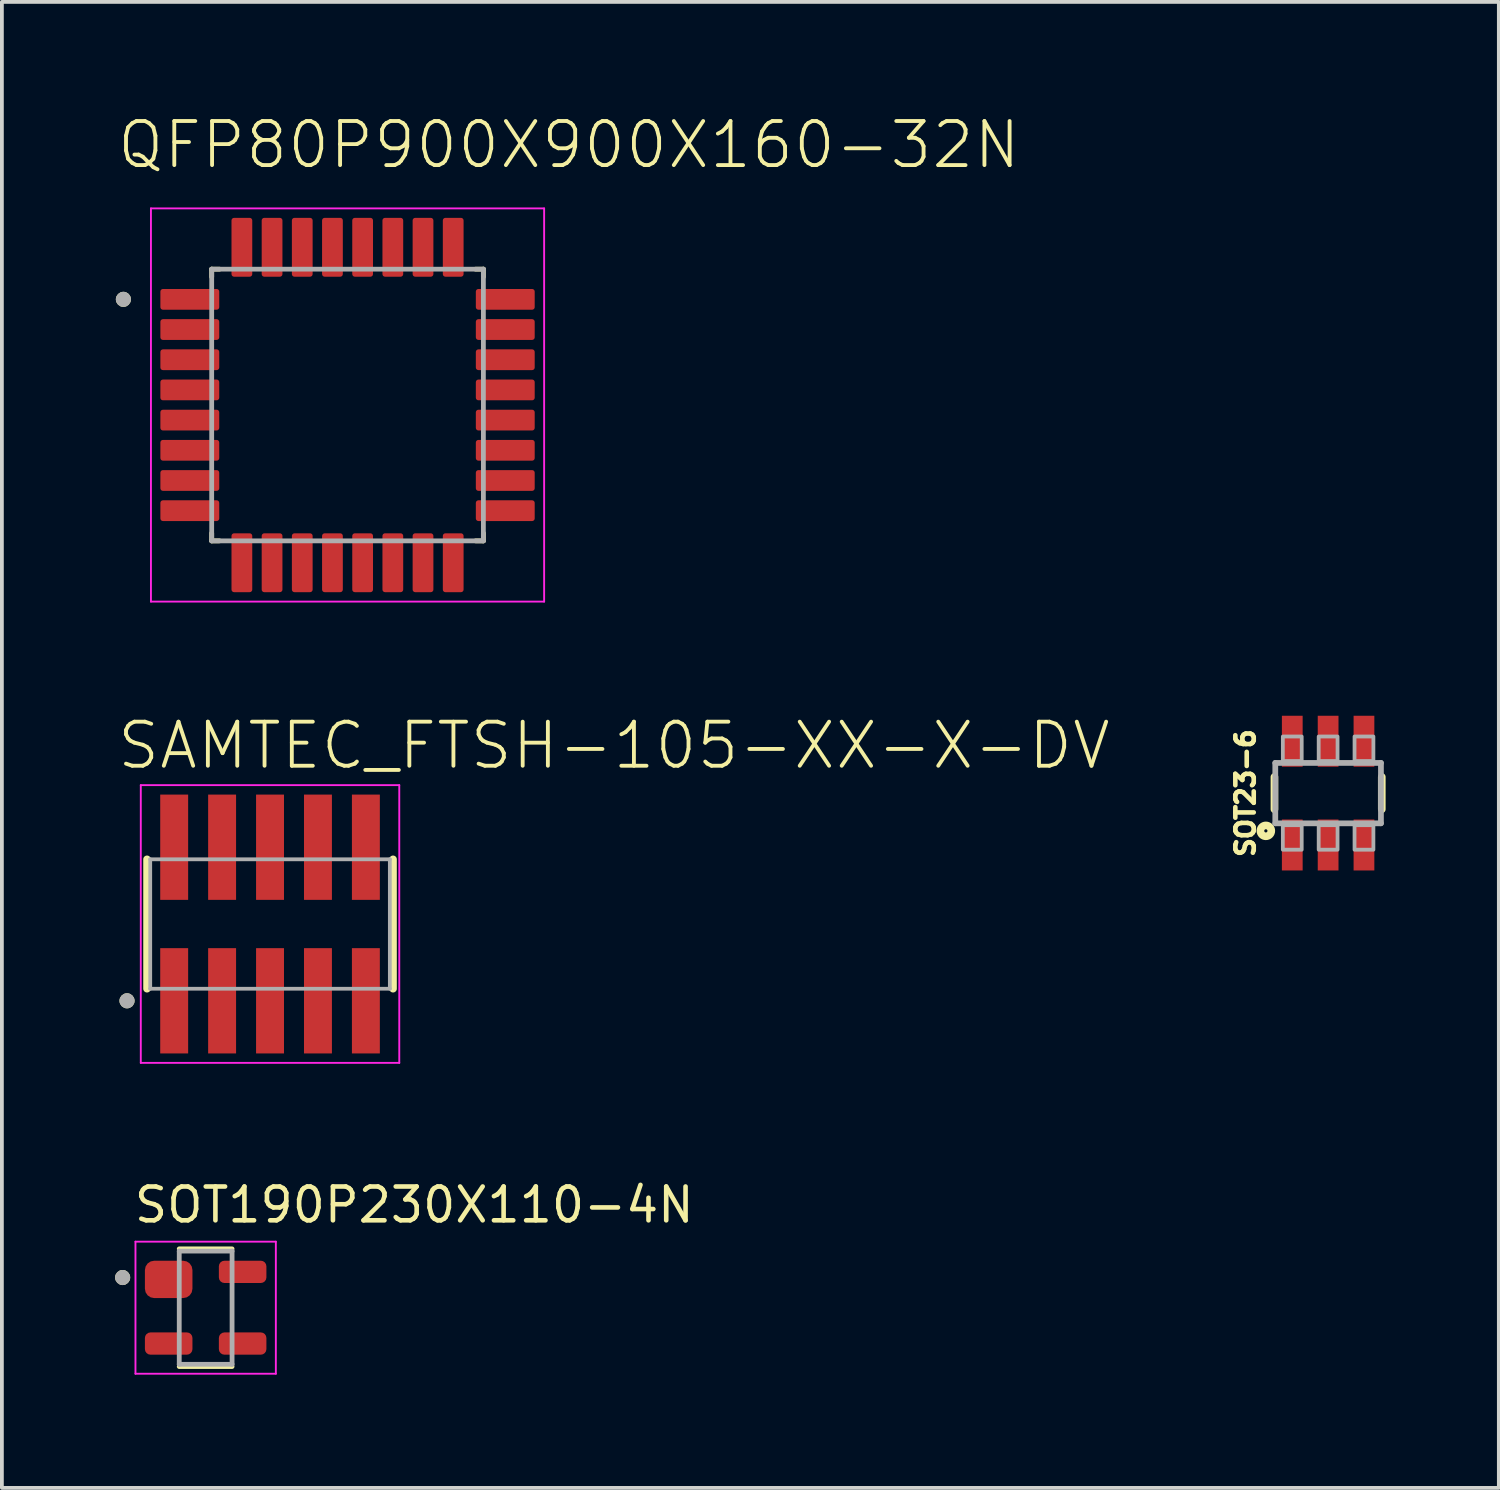
<source format=kicad_pcb>
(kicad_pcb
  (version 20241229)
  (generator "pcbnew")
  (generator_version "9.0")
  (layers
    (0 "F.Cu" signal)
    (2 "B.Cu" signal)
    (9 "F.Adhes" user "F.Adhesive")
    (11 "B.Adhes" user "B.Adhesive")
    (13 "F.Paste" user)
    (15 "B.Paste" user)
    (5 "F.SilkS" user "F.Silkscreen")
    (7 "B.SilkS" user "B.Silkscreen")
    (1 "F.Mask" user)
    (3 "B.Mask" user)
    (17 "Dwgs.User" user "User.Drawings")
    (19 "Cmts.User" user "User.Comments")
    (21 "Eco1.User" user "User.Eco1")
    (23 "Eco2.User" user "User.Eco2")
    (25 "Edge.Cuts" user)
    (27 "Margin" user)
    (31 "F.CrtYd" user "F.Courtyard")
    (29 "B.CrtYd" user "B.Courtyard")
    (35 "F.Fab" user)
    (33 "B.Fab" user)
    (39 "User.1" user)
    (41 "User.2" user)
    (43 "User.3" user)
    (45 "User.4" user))
  (footprint "SOT23-6"
    (layer "F.Cu")
    (at 32.146 17.968)
    (property "Reference" "SOT23-6" (at -1.905 0 90) (unlocked yes) (layer "F.SilkS") (effects (font (size 0.488 0.488) (thickness 0.122)) (justify bottom)))
    (fp_line (start -1.422 0.429) (end -1.422 -0.429) (stroke (width 0.203) (type solid)) (layer "F.SilkS"))
    (fp_line (start 1.422 -0.429) (end 1.422 0.429) (stroke (width 0.203) (type solid)) (layer "F.SilkS"))
    (fp_circle (center -1.65 1) (end -1.506 1) (stroke (width 0.203) (type solid)) (fill no) (layer "F.SilkS"))
    (fp_line (start -1.4 -0.8) (end -1.4 0.8) (stroke (width 0.152) (type solid)) (layer "F.Fab"))
    (fp_line (start -1.4 -0.8) (end 1.4 -0.8) (stroke (width 0.152) (type solid)) (layer "F.Fab"))
    (fp_line (start 1.4 -0.8) (end 1.4 0.8) (stroke (width 0.152) (type solid)) (layer "F.Fab"))
    (fp_line (start 1.4 0.8) (end -1.4 0.8) (stroke (width 0.152) (type solid)) (layer "F.Fab"))
    (fp_poly (pts (xy -1.2 -0.85) (xy -0.7 -0.85) (xy -0.7 -1.5) (xy -1.2 -1.5)) (stroke (width 0.1) (type default)) (fill no) (layer "F.Fab"))
    (fp_poly (pts (xy -1.2 1.5) (xy -0.7 1.5) (xy -0.7 0.85) (xy -1.2 0.85)) (stroke (width 0.1) (type default)) (fill no) (layer "F.Fab"))
    (fp_poly (pts (xy -0.25 -0.85) (xy 0.25 -0.85) (xy 0.25 -1.5) (xy -0.25 -1.5)) (stroke (width 0.1) (type default)) (fill no) (layer "F.Fab"))
    (fp_poly (pts (xy -0.25 1.5) (xy 0.25 1.5) (xy 0.25 0.85) (xy -0.25 0.85)) (stroke (width 0.1) (type default)) (fill no) (layer "F.Fab"))
    (fp_poly (pts (xy 0.7 -0.85) (xy 1.2 -0.85) (xy 1.2 -1.5) (xy 0.7 -1.5)) (stroke (width 0.1) (type default)) (fill no) (layer "F.Fab"))
    (fp_poly (pts (xy 0.7 1.5) (xy 1.2 1.5) (xy 1.2 0.85) (xy 0.7 0.85)) (stroke (width 0.1) (type default)) (fill no) (layer "F.Fab"))
    (pad "1" smd rect (at -0.95 1.375) (size 0.55 1.35) (layers "F.Cu" "F.Mask" "F.Paste"))
    (pad "2" smd rect (at 0 1.375) (size 0.55 1.35) (layers "F.Cu" "F.Mask" "F.Paste"))
    (pad "3" smd rect (at 0.95 1.375) (size 0.55 1.35) (layers "F.Cu" "F.Mask" "F.Paste"))
    (pad "4" smd rect (at 0.95 -1.375) (size 0.55 1.35) (layers "F.Cu" "F.Mask" "F.Paste"))
    (pad "5" smd rect (at 0 -1.375) (size 0.55 1.35) (layers "F.Cu" "F.Mask" "F.Paste"))
    (pad "6" smd rect (at -0.95 -1.375) (size 0.55 1.35) (layers "F.Cu" "F.Mask" "F.Paste")))
  (footprint "SAMTEC_FTSH-105-XX-X-DV"
    (layer "F.Cu")
    (at 4.106 21.437)
    (property "Reference" "SAMTEC_FTSH-105-XX-X-DV" (at -4.106 -4.046 0) (unlocked yes) (layer "F.SilkS") (effects (font (size 1.168 1.168) (thickness 0.102)) (justify left bottom)))
    (fp_line (start -3.26 -1.715) (end -3.26 1.715) (stroke (width 0.2) (type solid)) (layer "F.SilkS"))
    (fp_line (start 3.26 1.715) (end 3.26 -1.715) (stroke (width 0.2) (type solid)) (layer "F.SilkS"))
    (fp_circle (center -3.79 2.035) (end -3.69 2.035) (stroke (width 0.2) (type solid)) (fill no) (layer "F.SilkS"))
    (fp_line (start -3.425 -3.68) (end 3.425 -3.68) (stroke (width 0.05) (type solid)) (layer "F.CrtYd"))
    (fp_line (start -3.425 3.68) (end -3.425 -3.68) (stroke (width 0.05) (type solid)) (layer "F.CrtYd"))
    (fp_line (start 3.425 -3.68) (end 3.425 3.68) (stroke (width 0.05) (type solid)) (layer "F.CrtYd"))
    (fp_line (start 3.425 3.68) (end -3.425 3.68) (stroke (width 0.05) (type solid)) (layer "F.CrtYd"))
    (fp_line (start -3.175 1.715) (end -3.175 -1.715) (stroke (width 0.1) (type solid)) (layer "F.Fab"))
    (fp_line (start -3.175 1.715) (end 3.175 1.715) (stroke (width 0.1) (type solid)) (layer "F.Fab"))
    (fp_line (start 3.175 -1.715) (end -3.175 -1.715) (stroke (width 0.1) (type solid)) (layer "F.Fab"))
    (fp_line (start 3.175 1.715) (end 3.175 -1.715) (stroke (width 0.1) (type solid)) (layer "F.Fab"))
    (fp_circle (center -3.79 2.035) (end -3.69 2.035) (stroke (width 0.2) (type solid)) (fill no) (layer "F.Fab"))
    (pad "01" smd rect (at -2.54 2.035) (size 0.74 2.79) (layers "F.Cu" "F.Mask" "F.Paste"))
    (pad "02" smd rect (at -2.54 -2.035) (size 0.74 2.79) (layers "F.Cu" "F.Mask" "F.Paste"))
    (pad "03" smd rect (at -1.27 2.035) (size 0.74 2.79) (layers "F.Cu" "F.Mask" "F.Paste"))
    (pad "04" smd rect (at -1.27 -2.035) (size 0.74 2.79) (layers "F.Cu" "F.Mask" "F.Paste"))
    (pad "05" smd rect (at 0 2.035) (size 0.74 2.79) (layers "F.Cu" "F.Mask" "F.Paste"))
    (pad "06" smd rect (at 0 -2.035) (size 0.74 2.79) (layers "F.Cu" "F.Mask" "F.Paste"))
    (pad "07" smd rect (at 1.27 2.035) (size 0.74 2.79) (layers "F.Cu" "F.Mask" "F.Paste"))
    (pad "08" smd rect (at 1.27 -2.035) (size 0.74 2.79) (layers "F.Cu" "F.Mask" "F.Paste"))
    (pad "09" smd rect (at 2.54 2.035) (size 0.74 2.79) (layers "F.Cu" "F.Mask" "F.Paste"))
    (pad "10" smd rect (at 2.54 -2.035) (size 0.74 2.79) (layers "F.Cu" "F.Mask" "F.Paste")))
  (footprint "QFP80P900X900X160-32N"
    (layer "F.Cu")
    (at 6.16 7.683)
    (property "Reference" "QFP80P900X900X160-32N" (at -6.16 -6.21 0) (unlocked yes) (layer "F.SilkS") (effects (font (size 1.168 1.168) (thickness 0.102)) (justify left bottom)))
    (fp_line (start -3.6 -3.6) (end -3.6 -3.395) (stroke (width 0.127) (type solid)) (layer "F.SilkS"))
    (fp_line (start -3.6 -3.6) (end -3.395 -3.6) (stroke (width 0.127) (type solid)) (layer "F.SilkS"))
    (fp_line (start -3.6 3.6) (end -3.6 3.395) (stroke (width 0.127) (type solid)) (layer "F.SilkS"))
    (fp_line (start -3.6 3.6) (end -3.395 3.6) (stroke (width 0.127) (type solid)) (layer "F.SilkS"))
    (fp_line (start 3.6 -3.6) (end 3.395 -3.6) (stroke (width 0.127) (type solid)) (layer "F.SilkS"))
    (fp_line (start 3.6 -3.6) (end 3.6 -3.395) (stroke (width 0.127) (type solid)) (layer "F.SilkS"))
    (fp_line (start 3.6 3.6) (end 3.395 3.6) (stroke (width 0.127) (type solid)) (layer "F.SilkS"))
    (fp_line (start 3.6 3.6) (end 3.6 3.395) (stroke (width 0.127) (type solid)) (layer "F.SilkS"))
    (fp_circle (center -5.94 -2.8) (end -5.84 -2.8) (stroke (width 0.2) (type solid)) (fill no) (layer "F.SilkS"))
    (fp_line (start -5.21 -5.21) (end 5.21 -5.21) (stroke (width 0.05) (type solid)) (layer "F.CrtYd"))
    (fp_line (start -5.21 5.21) (end -5.21 -5.21) (stroke (width 0.05) (type solid)) (layer "F.CrtYd"))
    (fp_line (start -5.21 5.21) (end 5.21 5.21) (stroke (width 0.05) (type solid)) (layer "F.CrtYd"))
    (fp_line (start 5.21 5.21) (end 5.21 -5.21) (stroke (width 0.05) (type solid)) (layer "F.CrtYd"))
    (fp_line (start -3.6 3.6) (end -3.6 -3.6) (stroke (width 0.127) (type solid)) (layer "F.Fab"))
    (fp_line (start 3.6 -3.6) (end -3.6 -3.6) (stroke (width 0.127) (type solid)) (layer "F.Fab"))
    (fp_line (start 3.6 3.6) (end -3.6 3.6) (stroke (width 0.127) (type solid)) (layer "F.Fab"))
    (fp_line (start 3.6 3.6) (end 3.6 -3.6) (stroke (width 0.127) (type solid)) (layer "F.Fab"))
    (fp_circle (center -5.94 -2.8) (end -5.84 -2.8) (stroke (width 0.2) (type solid)) (fill no) (layer "F.Fab"))
    (pad "1" smd roundrect (at -4.18 -2.8) (size 1.56 0.55) (layers "F.Cu" "F.Mask" "F.Paste") (roundrect_rratio 0.125))
    (pad "2" smd roundrect (at -4.18 -2) (size 1.56 0.55) (layers "F.Cu" "F.Mask" "F.Paste") (roundrect_rratio 0.125))
    (pad "3" smd roundrect (at -4.18 -1.2) (size 1.56 0.55) (layers "F.Cu" "F.Mask" "F.Paste") (roundrect_rratio 0.125))
    (pad "4" smd roundrect (at -4.18 -0.4) (size 1.56 0.55) (layers "F.Cu" "F.Mask" "F.Paste") (roundrect_rratio 0.125))
    (pad "5" smd roundrect (at -4.18 0.4) (size 1.56 0.55) (layers "F.Cu" "F.Mask" "F.Paste") (roundrect_rratio 0.125))
    (pad "6" smd roundrect (at -4.18 1.2) (size 1.56 0.55) (layers "F.Cu" "F.Mask" "F.Paste") (roundrect_rratio 0.125))
    (pad "7" smd roundrect (at -4.18 2) (size 1.56 0.55) (layers "F.Cu" "F.Mask" "F.Paste") (roundrect_rratio 0.125))
    (pad "8" smd roundrect (at -4.18 2.8) (size 1.56 0.55) (layers "F.Cu" "F.Mask" "F.Paste") (roundrect_rratio 0.125))
    (pad "9" smd roundrect (at -2.8 4.18 90) (size 1.56 0.55) (layers "F.Cu" "F.Mask" "F.Paste") (roundrect_rratio 0.125))
    (pad "10" smd roundrect (at -2 4.18 90) (size 1.56 0.55) (layers "F.Cu" "F.Mask" "F.Paste") (roundrect_rratio 0.125))
    (pad "11" smd roundrect (at -1.2 4.18 90) (size 1.56 0.55) (layers "F.Cu" "F.Mask" "F.Paste") (roundrect_rratio 0.125))
    (pad "12" smd roundrect (at -0.4 4.18 90) (size 1.56 0.55) (layers "F.Cu" "F.Mask" "F.Paste") (roundrect_rratio 0.125))
    (pad "13" smd roundrect (at 0.4 4.18 90) (size 1.56 0.55) (layers "F.Cu" "F.Mask" "F.Paste") (roundrect_rratio 0.125))
    (pad "14" smd roundrect (at 1.2 4.18 90) (size 1.56 0.55) (layers "F.Cu" "F.Mask" "F.Paste") (roundrect_rratio 0.125))
    (pad "15" smd roundrect (at 2 4.18 90) (size 1.56 0.55) (layers "F.Cu" "F.Mask" "F.Paste") (roundrect_rratio 0.125))
    (pad "16" smd roundrect (at 2.8 4.18 90) (size 1.56 0.55) (layers "F.Cu" "F.Mask" "F.Paste") (roundrect_rratio 0.125))
    (pad "17" smd roundrect (at 4.18 2.8) (size 1.56 0.55) (layers "F.Cu" "F.Mask" "F.Paste") (roundrect_rratio 0.125))
    (pad "18" smd roundrect (at 4.18 2) (size 1.56 0.55) (layers "F.Cu" "F.Mask" "F.Paste") (roundrect_rratio 0.125))
    (pad "19" smd roundrect (at 4.18 1.2) (size 1.56 0.55) (layers "F.Cu" "F.Mask" "F.Paste") (roundrect_rratio 0.125))
    (pad "20" smd roundrect (at 4.18 0.4) (size 1.56 0.55) (layers "F.Cu" "F.Mask" "F.Paste") (roundrect_rratio 0.125))
    (pad "21" smd roundrect (at 4.18 -0.4) (size 1.56 0.55) (layers "F.Cu" "F.Mask" "F.Paste") (roundrect_rratio 0.125))
    (pad "22" smd roundrect (at 4.18 -1.2) (size 1.56 0.55) (layers "F.Cu" "F.Mask" "F.Paste") (roundrect_rratio 0.125))
    (pad "23" smd roundrect (at 4.18 -2) (size 1.56 0.55) (layers "F.Cu" "F.Mask" "F.Paste") (roundrect_rratio 0.125))
    (pad "24" smd roundrect (at 4.18 -2.8) (size 1.56 0.55) (layers "F.Cu" "F.Mask" "F.Paste") (roundrect_rratio 0.125))
    (pad "25" smd roundrect (at 2.8 -4.18 90) (size 1.56 0.55) (layers "F.Cu" "F.Mask" "F.Paste") (roundrect_rratio 0.125))
    (pad "26" smd roundrect (at 2 -4.18 90) (size 1.56 0.55) (layers "F.Cu" "F.Mask" "F.Paste") (roundrect_rratio 0.125))
    (pad "27" smd roundrect (at 1.2 -4.18 90) (size 1.56 0.55) (layers "F.Cu" "F.Mask" "F.Paste") (roundrect_rratio 0.125))
    (pad "28" smd roundrect (at 0.4 -4.18 90) (size 1.56 0.55) (layers "F.Cu" "F.Mask" "F.Paste") (roundrect_rratio 0.125))
    (pad "29" smd roundrect (at -0.4 -4.18 90) (size 1.56 0.55) (layers "F.Cu" "F.Mask" "F.Paste") (roundrect_rratio 0.125))
    (pad "30" smd roundrect (at -1.2 -4.18 90) (size 1.56 0.55) (layers "F.Cu" "F.Mask" "F.Paste") (roundrect_rratio 0.125))
    (pad "31" smd roundrect (at -2 -4.18 90) (size 1.56 0.55) (layers "F.Cu" "F.Mask" "F.Paste") (roundrect_rratio 0.125))
    (pad "32" smd roundrect (at -2.8 -4.18 90) (size 1.56 0.55) (layers "F.Cu" "F.Mask" "F.Paste") (roundrect_rratio 0.125)))
  (footprint "SOT190P230X110-4N"
    (layer "F.Cu")
    (at 2.4 31.605)
    (property "Reference" "SOT190P230X110-4N" (at -1.955 -2.2 0) (unlocked yes) (layer "F.SilkS") (effects (font (size 0.896 0.896) (thickness 0.122)) (justify left bottom)))
    (fp_line (start -0.7 1.559) (end 0.7 1.559) (stroke (width 0.127) (type solid)) (layer "F.SilkS"))
    (fp_line (start 0.7 -1.559) (end -0.7 -1.559) (stroke (width 0.127) (type solid)) (layer "F.SilkS"))
    (fp_circle (center -2.2 -0.8) (end -2.1 -0.8) (stroke (width 0.2) (type solid)) (fill no) (layer "F.SilkS"))
    (fp_line (start -1.86 -1.75) (end 1.86 -1.75) (stroke (width 0.05) (type solid)) (layer "F.CrtYd"))
    (fp_line (start -1.86 1.75) (end -1.86 -1.75) (stroke (width 0.05) (type solid)) (layer "F.CrtYd"))
    (fp_line (start 1.86 -1.75) (end 1.86 1.75) (stroke (width 0.05) (type solid)) (layer "F.CrtYd"))
    (fp_line (start 1.86 1.75) (end -1.86 1.75) (stroke (width 0.05) (type solid)) (layer "F.CrtYd"))
    (fp_line (start -0.7 -1.5) (end -0.7 1.5) (stroke (width 0.127) (type solid)) (layer "F.Fab"))
    (fp_line (start -0.7 1.5) (end 0.7 1.5) (stroke (width 0.127) (type solid)) (layer "F.Fab"))
    (fp_line (start 0.7 -1.5) (end -0.7 -1.5) (stroke (width 0.127) (type solid)) (layer "F.Fab"))
    (fp_line (start 0.7 1.5) (end 0.7 -1.5) (stroke (width 0.127) (type solid)) (layer "F.Fab"))
    (fp_circle (center -2.2 -0.8) (end -2.1 -0.8) (stroke (width 0.2) (type solid)) (fill no) (layer "F.Fab"))
    (pad "1" smd roundrect (at -0.98 -0.75) (size 1.26 0.99) (layers "F.Cu" "F.Mask" "F.Paste") (roundrect_rratio 0.25))
    (pad "2" smd roundrect (at -0.98 0.95) (size 1.26 0.59) (layers "F.Cu" "F.Mask" "F.Paste") (roundrect_rratio 0.25))
    (pad "3" smd roundrect (at 0.98 0.95) (size 1.26 0.59) (layers "F.Cu" "F.Mask" "F.Paste") (roundrect_rratio 0.25))
    (pad "4" smd roundrect (at 0.98 -0.95) (size 1.26 0.59) (layers "F.Cu" "F.Mask" "F.Paste") (roundrect_rratio 0.25)))
  (gr_rect
    (start -3 -3)
    (end 36.67 36.38)
    (stroke (width 0.1) (type default))
    (fill no)
    (layer "Edge.Cuts")))
</source>
